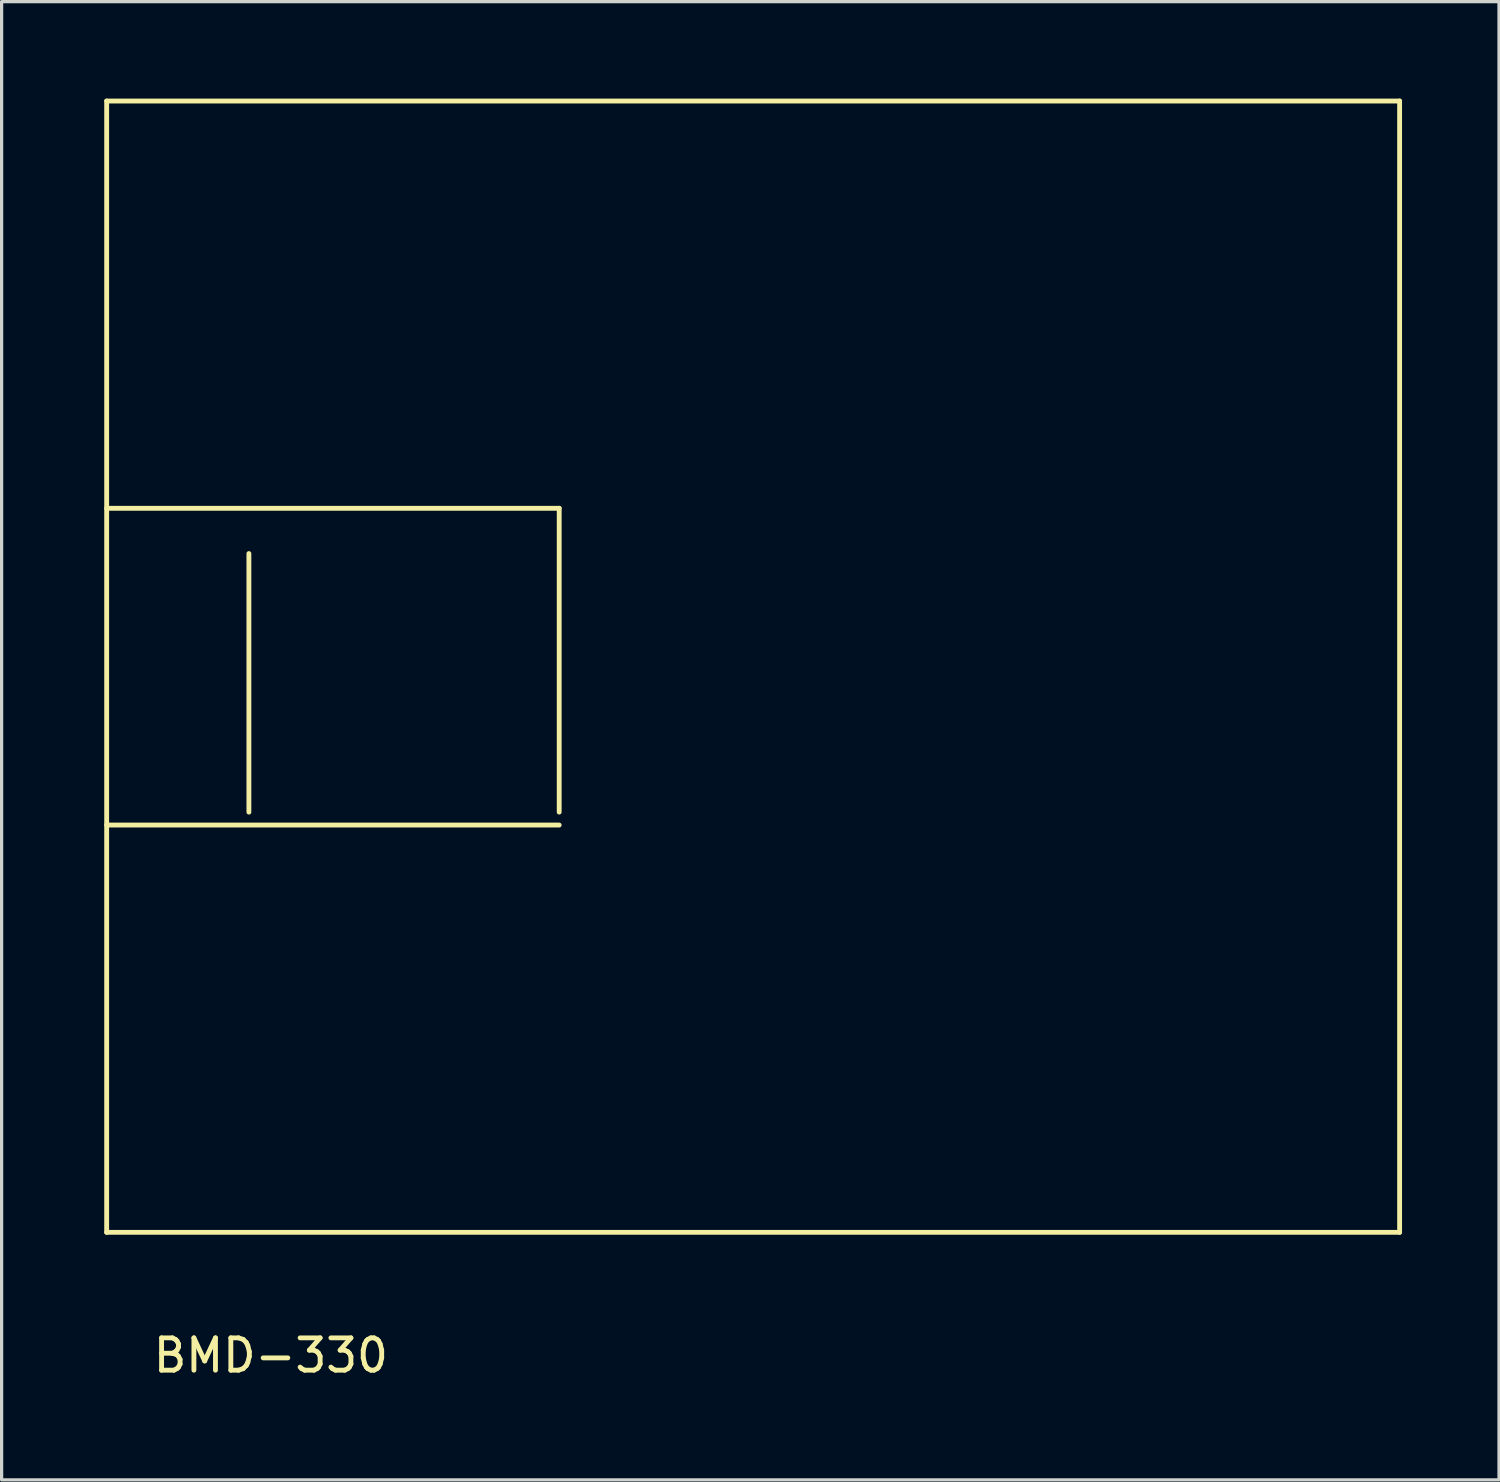
<source format=kicad_pcb>
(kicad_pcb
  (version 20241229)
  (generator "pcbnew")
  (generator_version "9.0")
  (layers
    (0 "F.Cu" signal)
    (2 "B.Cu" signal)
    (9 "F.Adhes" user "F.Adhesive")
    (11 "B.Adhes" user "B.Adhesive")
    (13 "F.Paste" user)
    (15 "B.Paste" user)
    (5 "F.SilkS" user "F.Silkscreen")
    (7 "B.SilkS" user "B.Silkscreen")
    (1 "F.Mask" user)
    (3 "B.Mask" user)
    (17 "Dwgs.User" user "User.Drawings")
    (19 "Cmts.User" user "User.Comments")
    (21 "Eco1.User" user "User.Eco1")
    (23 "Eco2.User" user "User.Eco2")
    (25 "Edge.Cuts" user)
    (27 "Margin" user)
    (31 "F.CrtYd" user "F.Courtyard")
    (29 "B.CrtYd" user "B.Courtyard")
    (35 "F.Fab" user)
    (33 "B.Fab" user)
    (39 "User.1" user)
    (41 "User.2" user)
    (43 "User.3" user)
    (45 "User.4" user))
  (footprint "BMD-330"
    (layer "F.Cu")
    (at 0.25 35.075)
    (property "Reference" "BMD-330" (at 5.08 3.81 0) (layer "F.SilkS") (effects (font (size 1 1) (thickness 0.15))))
    (attr through_hole)
    (fp_line (start 0 -35) (end 40 -35) (stroke (width 0.15) (type solid)) (layer "F.SilkS"))
    (fp_line (start 0 -12.6) (end 14 -12.6) (stroke (width 0.15) (type solid)) (layer "F.SilkS"))
    (fp_line (start 0 0) (end 0 -35) (stroke (width 0.15) (type solid)) (layer "F.SilkS"))
    (fp_line (start 4.4 -21) (end 4.4 -13) (stroke (width 0.15) (type solid)) (layer "F.SilkS"))
    (fp_line (start 14 -22.4) (end 0 -22.4) (stroke (width 0.15) (type solid)) (layer "F.SilkS"))
    (fp_line (start 14 -13) (end 14 -22.4) (stroke (width 0.15) (type solid)) (layer "F.SilkS"))
    (fp_line (start 40 -35) (end 40 0) (stroke (width 0.15) (type solid)) (layer "F.SilkS"))
    (fp_line (start 40 0) (end 0 0) (stroke (width 0.15) (type solid)) (layer "F.SilkS")))
  (gr_rect
    (start -3 -3)
    (end 43.325 42.733)
    (stroke (width 0.1) (type default))
    (fill no)
    (layer "Edge.Cuts")))
</source>
